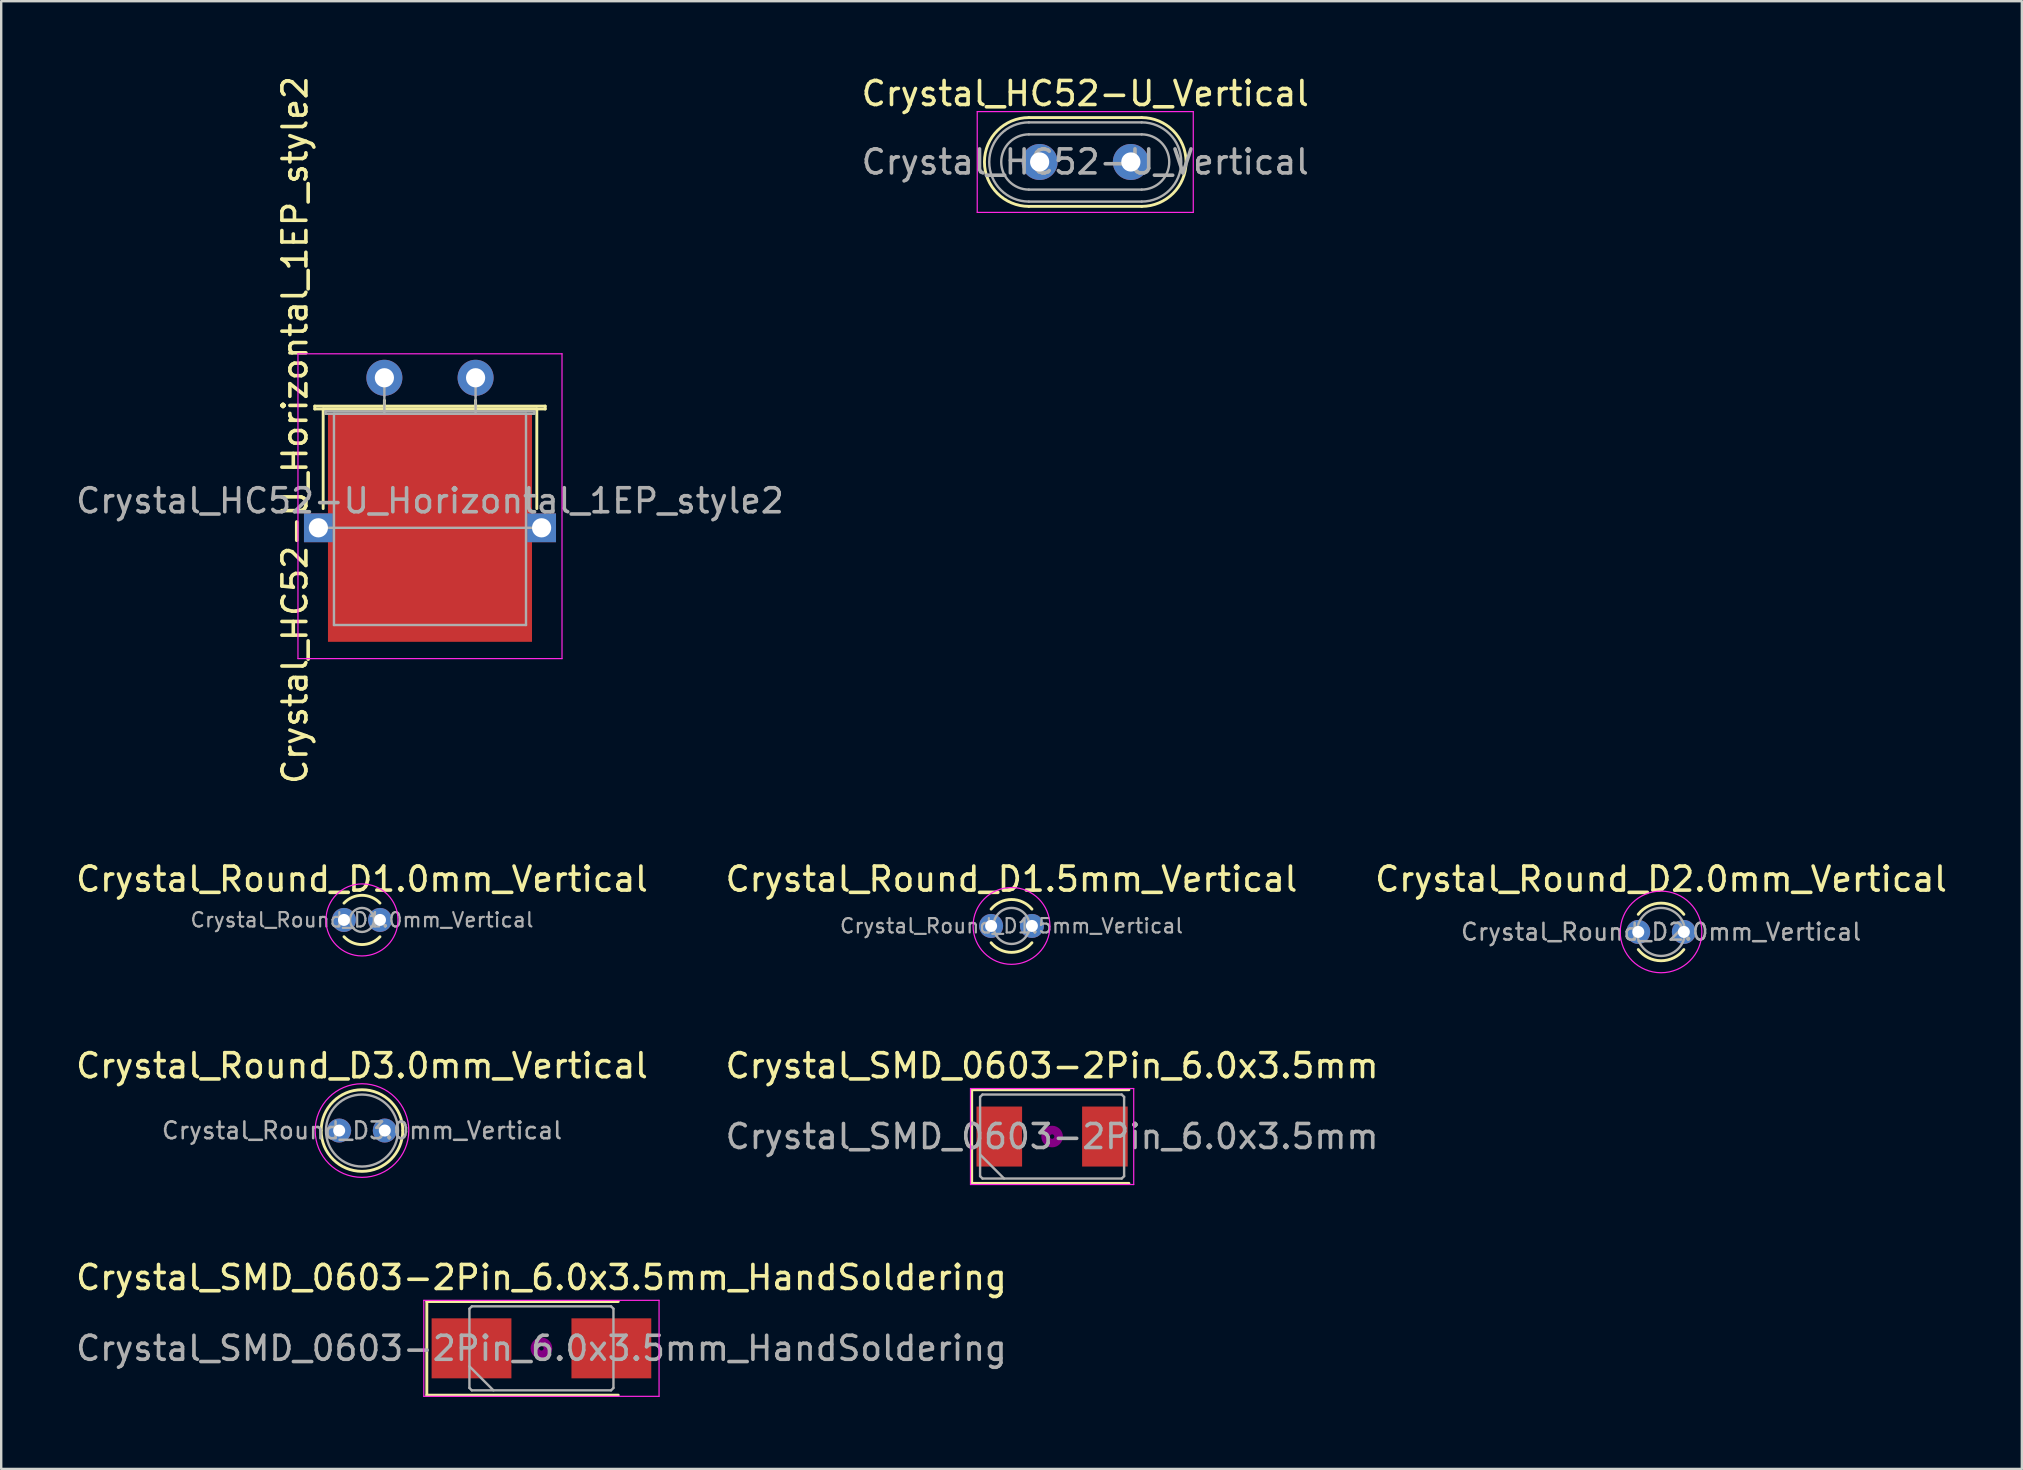
<source format=kicad_pcb>
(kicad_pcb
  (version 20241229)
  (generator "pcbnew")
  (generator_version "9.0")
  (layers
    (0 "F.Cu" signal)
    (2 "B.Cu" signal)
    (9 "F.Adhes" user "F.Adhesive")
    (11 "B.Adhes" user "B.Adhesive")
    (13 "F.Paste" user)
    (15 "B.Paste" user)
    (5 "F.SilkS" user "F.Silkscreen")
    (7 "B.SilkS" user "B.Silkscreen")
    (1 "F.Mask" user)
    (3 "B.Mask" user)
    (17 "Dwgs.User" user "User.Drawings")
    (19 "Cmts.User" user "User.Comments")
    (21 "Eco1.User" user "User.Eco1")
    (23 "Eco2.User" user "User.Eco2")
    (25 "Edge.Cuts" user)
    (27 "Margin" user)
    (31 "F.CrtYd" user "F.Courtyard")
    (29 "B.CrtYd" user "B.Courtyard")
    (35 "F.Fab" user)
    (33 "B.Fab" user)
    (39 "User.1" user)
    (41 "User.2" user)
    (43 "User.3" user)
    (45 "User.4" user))
  (footprint "Crystal_SMD_0603-2Pin_6.0x3.5mm"
    (layer "F.Cu")
    (at 40.78 44.298)
    (property "Reference" "Crystal_SMD_0603-2Pin_6.0x3.5mm" (at 0 -2.95 0) (layer "F.SilkS") (effects (font (size 1 1) (thickness 0.15))))
    (attr smd)
    (fp_line (start -3.35 -1.95) (end -3.35 1.95) (stroke (width 0.12) (type solid)) (layer "F.SilkS"))
    (fp_line (start -3.35 1.95) (end 3.2 1.95) (stroke (width 0.12) (type solid)) (layer "F.SilkS"))
    (fp_line (start 3.2 -1.95) (end -3.35 -1.95) (stroke (width 0.12) (type solid)) (layer "F.SilkS"))
    (fp_circle (center 0 0) (end 0.093 0) (stroke (width 0.187) (type solid)) (fill no) (layer "F.Adhes"))
    (fp_circle (center 0 0) (end 0.213 0) (stroke (width 0.133) (type solid)) (fill no) (layer "F.Adhes"))
    (fp_circle (center 0 0) (end 0.333 0) (stroke (width 0.133) (type solid)) (fill no) (layer "F.Adhes"))
    (fp_circle (center 0 0) (end 0.4 0) (stroke (width 0.1) (type solid)) (fill no) (layer "F.Adhes"))
    (fp_line (start -3.4 -2) (end -3.4 2) (stroke (width 0.05) (type solid)) (layer "F.CrtYd"))
    (fp_line (start -3.4 2) (end 3.4 2) (stroke (width 0.05) (type solid)) (layer "F.CrtYd"))
    (fp_line (start 3.4 -2) (end -3.4 -2) (stroke (width 0.05) (type solid)) (layer "F.CrtYd"))
    (fp_line (start 3.4 2) (end 3.4 -2) (stroke (width 0.05) (type solid)) (layer "F.CrtYd"))
    (fp_line (start -3 -1.65) (end -2.9 -1.75) (stroke (width 0.1) (type solid)) (layer "F.Fab"))
    (fp_line (start -3 0.75) (end -2 1.75) (stroke (width 0.1) (type solid)) (layer "F.Fab"))
    (fp_line (start -3 1.65) (end -3 -1.65) (stroke (width 0.1) (type solid)) (layer "F.Fab"))
    (fp_line (start -2.9 -1.75) (end 2.9 -1.75) (stroke (width 0.1) (type solid)) (layer "F.Fab"))
    (fp_line (start -2.9 1.75) (end -3 1.65) (stroke (width 0.1) (type solid)) (layer "F.Fab"))
    (fp_line (start 2.9 -1.75) (end 3 -1.65) (stroke (width 0.1) (type solid)) (layer "F.Fab"))
    (fp_line (start 2.9 1.75) (end -2.9 1.75) (stroke (width 0.1) (type solid)) (layer "F.Fab"))
    (fp_line (start 3 -1.65) (end 3 1.65) (stroke (width 0.1) (type solid)) (layer "F.Fab"))
    (fp_line (start 3 1.65) (end 2.9 1.75) (stroke (width 0.1) (type solid)) (layer "F.Fab"))
    (fp_text user "${REFERENCE}" (at 0 0 0) (layer "F.Fab") (effects (font (size 1 1) (thickness 0.15))))
    (pad "1" smd rect (at -2.2 0) (size 1.9 2.5) (layers "F.Cu" "F.Mask" "F.Paste"))
    (pad "2" smd rect (at 2.2 0) (size 1.9 2.5) (layers "F.Cu" "F.Mask" "F.Paste")))
  (footprint "Crystal_HC52-U_Vertical"
    (layer "F.Cu")
    (at 40.261 3.698)
    (property "Reference" "Crystal_HC52-U_Vertical" (at 1.9 -2.85 0) (layer "F.SilkS") (effects (font (size 1 1) (thickness 0.15))))
    (attr through_hole)
    (fp_line (start -0.45 -1.85) (end 4.25 -1.85) (stroke (width 0.12) (type solid)) (layer "F.SilkS"))
    (fp_line (start -0.45 1.85) (end 4.25 1.85) (stroke (width 0.12) (type solid)) (layer "F.SilkS"))
    (fp_arc (start -0.45 1.85) (mid -2.3 0) (end -0.45 -1.85) (stroke (width 0.12) (type solid)) (layer "F.SilkS"))
    (fp_arc (start 4.25 -1.85) (mid 6.1 0) (end 4.25 1.85) (stroke (width 0.12) (type solid)) (layer "F.SilkS"))
    (fp_line (start -2.6 -2.1) (end -2.6 2.1) (stroke (width 0.05) (type solid)) (layer "F.CrtYd"))
    (fp_line (start -2.6 2.1) (end 6.4 2.1) (stroke (width 0.05) (type solid)) (layer "F.CrtYd"))
    (fp_line (start 6.4 -2.1) (end -2.6 -2.1) (stroke (width 0.05) (type solid)) (layer "F.CrtYd"))
    (fp_line (start 6.4 2.1) (end 6.4 -2.1) (stroke (width 0.05) (type solid)) (layer "F.CrtYd"))
    (fp_line (start -0.45 -1.65) (end 4.25 -1.65) (stroke (width 0.1) (type solid)) (layer "F.Fab"))
    (fp_line (start -0.45 -1.15) (end 4.25 -1.15) (stroke (width 0.1) (type solid)) (layer "F.Fab"))
    (fp_line (start -0.45 1.15) (end 4.25 1.15) (stroke (width 0.1) (type solid)) (layer "F.Fab"))
    (fp_line (start -0.45 1.65) (end 4.25 1.65) (stroke (width 0.1) (type solid)) (layer "F.Fab"))
    (fp_arc (start -0.45 1.15) (mid -1.6 0) (end -0.45 -1.15) (stroke (width 0.1) (type solid)) (layer "F.Fab"))
    (fp_arc (start -0.45 1.65) (mid -2.1 0) (end -0.45 -1.65) (stroke (width 0.1) (type solid)) (layer "F.Fab"))
    (fp_arc (start 4.25 -1.65) (mid 5.9 0) (end 4.25 1.65) (stroke (width 0.1) (type solid)) (layer "F.Fab"))
    (fp_arc (start 4.25 -1.15) (mid 5.4 0) (end 4.25 1.15) (stroke (width 0.1) (type solid)) (layer "F.Fab"))
    (fp_text user "${REFERENCE}" (at 1.9 0 0) (layer "F.Fab") (effects (font (size 1 1) (thickness 0.15))))
    (pad "1" thru_hole circle (at 0 0) (size 1.5 1.5) (drill 0.8) (layers "*.Cu" "*.Mask"))
    (pad "2" thru_hole circle (at 3.8 0) (size 1.5 1.5) (drill 0.8) (layers "*.Cu" "*.Mask")))
  (footprint "Crystal_Round_D2.0mm_Vertical"
    (layer "F.Cu")
    (at 65.199 35.774)
    (property "Reference" "Crystal_Round_D2.0mm_Vertical" (at 0.95 -2.2 0) (layer "F.SilkS") (effects (font (size 1 1) (thickness 0.15))))
    (attr through_hole)
    (fp_arc (start 0 -0.733144) (mid 0.950178 -1.2) (end 1.900217 -0.732863) (stroke (width 0.12) (type solid)) (layer "F.SilkS"))
    (fp_arc (start 1.900217 0.732863) (mid 0.950178 1.2) (end 0 0.733144) (stroke (width 0.12) (type solid)) (layer "F.SilkS"))
    (fp_circle (center 0.95 0) (end 2.65 0) (stroke (width 0.05) (type solid)) (fill no) (layer "F.CrtYd"))
    (fp_circle (center 0.95 0) (end 1.95 0) (stroke (width 0.1) (type solid)) (fill no) (layer "F.Fab"))
    (fp_text user "${REFERENCE}" (at 0.95 0 0) (layer "F.Fab") (effects (font (size 0.7 0.7) (thickness 0.105))))
    (pad "1" thru_hole circle (at 0 0) (size 1 1) (drill 0.5) (layers "*.Cu" "*.Mask"))
    (pad "2" thru_hole circle (at 1.9 0) (size 1 1) (drill 0.5) (layers "*.Cu" "*.Mask")))
  (footprint "Crystal_SMD_0603-2Pin_6.0x3.5mm_HandSoldering"
    (layer "F.Cu")
    (at 19.506 53.121)
    (property "Reference" "Crystal_SMD_0603-2Pin_6.0x3.5mm_HandSoldering" (at 0 -2.95 0) (layer "F.SilkS") (effects (font (size 1 1) (thickness 0.15))))
    (attr smd)
    (fp_line (start -4.775 -1.95) (end -4.775 1.95) (stroke (width 0.12) (type solid)) (layer "F.SilkS"))
    (fp_line (start -4.775 1.95) (end 3.2 1.95) (stroke (width 0.12) (type solid)) (layer "F.SilkS"))
    (fp_line (start 3.2 -1.95) (end -4.775 -1.95) (stroke (width 0.12) (type solid)) (layer "F.SilkS"))
    (fp_circle (center 0 0) (end 0.093 0) (stroke (width 0.187) (type solid)) (fill no) (layer "F.Adhes"))
    (fp_circle (center 0 0) (end 0.213 0) (stroke (width 0.133) (type solid)) (fill no) (layer "F.Adhes"))
    (fp_circle (center 0 0) (end 0.333 0) (stroke (width 0.133) (type solid)) (fill no) (layer "F.Adhes"))
    (fp_circle (center 0 0) (end 0.4 0) (stroke (width 0.1) (type solid)) (fill no) (layer "F.Adhes"))
    (fp_line (start -4.9 -2) (end -4.9 2) (stroke (width 0.05) (type solid)) (layer "F.CrtYd"))
    (fp_line (start -4.9 2) (end 4.9 2) (stroke (width 0.05) (type solid)) (layer "F.CrtYd"))
    (fp_line (start 4.9 -2) (end -4.9 -2) (stroke (width 0.05) (type solid)) (layer "F.CrtYd"))
    (fp_line (start 4.9 2) (end 4.9 -2) (stroke (width 0.05) (type solid)) (layer "F.CrtYd"))
    (fp_line (start -3 -1.65) (end -2.9 -1.75) (stroke (width 0.1) (type solid)) (layer "F.Fab"))
    (fp_line (start -3 0.75) (end -2 1.75) (stroke (width 0.1) (type solid)) (layer "F.Fab"))
    (fp_line (start -3 1.65) (end -3 -1.65) (stroke (width 0.1) (type solid)) (layer "F.Fab"))
    (fp_line (start -2.9 -1.75) (end 2.9 -1.75) (stroke (width 0.1) (type solid)) (layer "F.Fab"))
    (fp_line (start -2.9 1.75) (end -3 1.65) (stroke (width 0.1) (type solid)) (layer "F.Fab"))
    (fp_line (start 2.9 -1.75) (end 3 -1.65) (stroke (width 0.1) (type solid)) (layer "F.Fab"))
    (fp_line (start 2.9 1.75) (end -2.9 1.75) (stroke (width 0.1) (type solid)) (layer "F.Fab"))
    (fp_line (start 3 -1.65) (end 3 1.65) (stroke (width 0.1) (type solid)) (layer "F.Fab"))
    (fp_line (start 3 1.65) (end 2.9 1.75) (stroke (width 0.1) (type solid)) (layer "F.Fab"))
    (fp_text user "${REFERENCE}" (at 0 0 0) (layer "F.Fab") (effects (font (size 1 1) (thickness 0.15))))
    (pad "1" smd rect (at -2.913 0) (size 3.325 2.5) (layers "F.Cu" "F.Mask" "F.Paste"))
    (pad "2" smd rect (at 2.913 0) (size 3.325 2.5) (layers "F.Cu" "F.Mask" "F.Paste")))
  (footprint "Crystal_Round_D1.0mm_Vertical"
    (layer "F.Cu")
    (at 11.28 35.274)
    (property "Reference" "Crystal_Round_D1.0mm_Vertical" (at 0.75 -1.7 0) (layer "F.SilkS") (effects (font (size 1 1) (thickness 0.15))))
    (attr through_hole)
    (fp_arc (start 0 -0.7) (mid 0.749553 -1.025914) (end 1.49939 -0.700653) (stroke (width 0.12) (type solid)) (layer "F.SilkS"))
    (fp_arc (start 1.49939 0.700653) (mid 0.749553 1.025914) (end 0 0.7) (stroke (width 0.12) (type solid)) (layer "F.SilkS"))
    (fp_circle (center 0.75 0) (end 2.25 0) (stroke (width 0.05) (type solid)) (fill no) (layer "F.CrtYd"))
    (fp_circle (center 0.75 0) (end 1.25 0) (stroke (width 0.1) (type solid)) (fill no) (layer "F.Fab"))
    (fp_text user "${REFERENCE}" (at 0.75 0 0) (layer "F.Fab") (effects (font (size 0.6 0.6) (thickness 0.09))))
    (pad "1" thru_hole circle (at 0 0) (size 1 1) (drill 0.5) (layers "*.Cu" "*.Mask"))
    (pad "2" thru_hole circle (at 1.5 0) (size 1 1) (drill 0.5) (layers "*.Cu" "*.Mask")))
  (footprint "Crystal_HC52-U_Horizontal_1EP_style2"
    (layer "F.Cu")
    (at 12.963 12.688)
    (property "Reference" "Crystal_HC52-U_Horizontal_1EP_style2" (at -3.725 2.175 90) (layer "F.SilkS") (effects (font (size 1 1) (thickness 0.15))))
    (attr through_hole)
    (fp_line (start -2.9 1.18) (end 6.7 1.18) (stroke (width 0.12) (type solid)) (layer "F.SilkS"))
    (fp_line (start -2.9 1.3) (end -2.9 1.18) (stroke (width 0.12) (type solid)) (layer "F.SilkS"))
    (fp_line (start -2.55 1.3) (end 6.35 1.3) (stroke (width 0.12) (type solid)) (layer "F.SilkS"))
    (fp_line (start -2.55 5.45) (end -2.55 1.3) (stroke (width 0.12) (type solid)) (layer "F.SilkS"))
    (fp_line (start 0 0.95) (end 0 0.95) (stroke (width 0.12) (type solid)) (layer "F.SilkS"))
    (fp_line (start 0 1.3) (end 0 0.95) (stroke (width 0.12) (type solid)) (layer "F.SilkS"))
    (fp_line (start 3.8 0.95) (end 3.8 0.95) (stroke (width 0.12) (type solid)) (layer "F.SilkS"))
    (fp_line (start 3.8 1.3) (end 3.8 0.95) (stroke (width 0.12) (type solid)) (layer "F.SilkS"))
    (fp_line (start 6.35 1.3) (end 6.35 5.45) (stroke (width 0.12) (type solid)) (layer "F.SilkS"))
    (fp_line (start 6.7 1.18) (end 6.7 1.3) (stroke (width 0.12) (type solid)) (layer "F.SilkS"))
    (fp_line (start 6.7 1.3) (end -2.9 1.3) (stroke (width 0.12) (type solid)) (layer "F.SilkS"))
    (fp_line (start -3.6 -1) (end -3.6 11.7) (stroke (width 0.05) (type solid)) (layer "F.CrtYd"))
    (fp_line (start -3.6 11.7) (end 7.4 11.7) (stroke (width 0.05) (type solid)) (layer "F.CrtYd"))
    (fp_line (start 7.4 -1) (end -3.6 -1) (stroke (width 0.05) (type solid)) (layer "F.CrtYd"))
    (fp_line (start 7.4 11.7) (end 7.4 -1) (stroke (width 0.05) (type solid)) (layer "F.CrtYd"))
    (fp_line (start -2.75 6.25) (end 6.55 6.25) (stroke (width 0.1) (type solid)) (layer "F.Fab"))
    (fp_line (start -2.45 1.4) (end 6.25 1.4) (stroke (width 0.1) (type solid)) (layer "F.Fab"))
    (fp_line (start -2.45 1.5) (end -2.45 1.4) (stroke (width 0.1) (type solid)) (layer "F.Fab"))
    (fp_line (start -2.1 1.5) (end -2.1 10.3) (stroke (width 0.1) (type solid)) (layer "F.Fab"))
    (fp_line (start -2.1 10.3) (end 5.9 10.3) (stroke (width 0.1) (type solid)) (layer "F.Fab"))
    (fp_line (start 0 0.75) (end 0 0) (stroke (width 0.1) (type solid)) (layer "F.Fab"))
    (fp_line (start 0 1.5) (end 0 0.75) (stroke (width 0.1) (type solid)) (layer "F.Fab"))
    (fp_line (start 3.8 0.75) (end 3.8 0) (stroke (width 0.1) (type solid)) (layer "F.Fab"))
    (fp_line (start 3.8 1.5) (end 3.8 0.75) (stroke (width 0.1) (type solid)) (layer "F.Fab"))
    (fp_line (start 5.9 1.5) (end -2.1 1.5) (stroke (width 0.1) (type solid)) (layer "F.Fab"))
    (fp_line (start 5.9 10.3) (end 5.9 1.5) (stroke (width 0.1) (type solid)) (layer "F.Fab"))
    (fp_line (start 6.25 1.4) (end 6.25 1.5) (stroke (width 0.1) (type solid)) (layer "F.Fab"))
    (fp_line (start 6.25 1.5) (end -2.45 1.5) (stroke (width 0.1) (type solid)) (layer "F.Fab"))
    (fp_text user "${REFERENCE}" (at 1.9 5.125 0) (layer "F.Fab") (effects (font (size 1 1) (thickness 0.15))))
    (pad "1" thru_hole circle (at 0 0) (size 1.5 1.5) (drill 0.8) (layers "*.Cu" "*.Mask"))
    (pad "2" thru_hole circle (at 3.8 0) (size 1.5 1.5) (drill 0.8) (layers "*.Cu" "*.Mask"))
    (pad "3" thru_hole rect (at -2.75 6.25) (size 1.2 1.2) (drill 0.8) (layers "*.Cu" "*.Mask"))
    (pad "3" smd rect (at 1.9 6.25) (size 8.5 9.5) (layers "F.Cu" "F.Mask" "F.Paste"))
    (pad "3" thru_hole rect (at 6.55 6.25) (size 1.2 1.2) (drill 0.8) (layers "*.Cu" "*.Mask")))
  (footprint "Crystal_Round_D1.5mm_Vertical"
    (layer "F.Cu")
    (at 38.239 35.524)
    (property "Reference" "Crystal_Round_D1.5mm_Vertical" (at 0.85 -1.95 0) (layer "F.SilkS") (effects (font (size 1 1) (thickness 0.15))))
    (attr through_hole)
    (fp_arc (start 0 -0.7) (mid 0.850432 -1.101136) (end 1.700549 -0.699333) (stroke (width 0.12) (type solid)) (layer "F.SilkS"))
    (fp_arc (start 1.700549 0.699333) (mid 0.850432 1.101136) (end 0 0.7) (stroke (width 0.12) (type solid)) (layer "F.SilkS"))
    (fp_circle (center 0.85 0) (end 2.45 0) (stroke (width 0.05) (type solid)) (fill no) (layer "F.CrtYd"))
    (fp_circle (center 0.85 0) (end 1.6 0) (stroke (width 0.1) (type solid)) (fill no) (layer "F.Fab"))
    (fp_text user "${REFERENCE}" (at 0.85 0 0) (layer "F.Fab") (effects (font (size 0.6 0.6) (thickness 0.09))))
    (pad "1" thru_hole circle (at 0 0) (size 1 1) (drill 0.5) (layers "*.Cu" "*.Mask"))
    (pad "2" thru_hole circle (at 1.7 0) (size 1 1) (drill 0.5) (layers "*.Cu" "*.Mask")))
  (footprint "Crystal_Round_D3.0mm_Vertical"
    (layer "F.Cu")
    (at 11.08 44.048)
    (property "Reference" "Crystal_Round_D3.0mm_Vertical" (at 0.95 -2.7 0) (layer "F.SilkS") (effects (font (size 1 1) (thickness 0.15))))
    (attr through_hole)
    (fp_arc (start -0.75 0) (mid 0.95 -1.7) (end 2.65 0) (stroke (width 0.12) (type solid)) (layer "F.SilkS"))
    (fp_arc (start 2.65 0) (mid 0.95 1.7) (end -0.75 0) (stroke (width 0.12) (type solid)) (layer "F.SilkS"))
    (fp_circle (center 0.95 0) (end 2.9 0) (stroke (width 0.05) (type solid)) (fill no) (layer "F.CrtYd"))
    (fp_circle (center 0.95 0) (end 2.45 0) (stroke (width 0.1) (type solid)) (fill no) (layer "F.Fab"))
    (fp_text user "${REFERENCE}" (at 0.95 0 0) (layer "F.Fab") (effects (font (size 0.7 0.7) (thickness 0.105))))
    (pad "1" thru_hole circle (at 0 0) (size 1 1) (drill 0.5) (layers "*.Cu" "*.Mask"))
    (pad "2" thru_hole circle (at 1.9 0) (size 1 1) (drill 0.5) (layers "*.Cu" "*.Mask")))
  (gr_rect
    (start -3 -3)
    (end 81.179 58.146)
    (stroke (width 0.1) (type default))
    (fill no)
    (layer "Edge.Cuts")))
</source>
